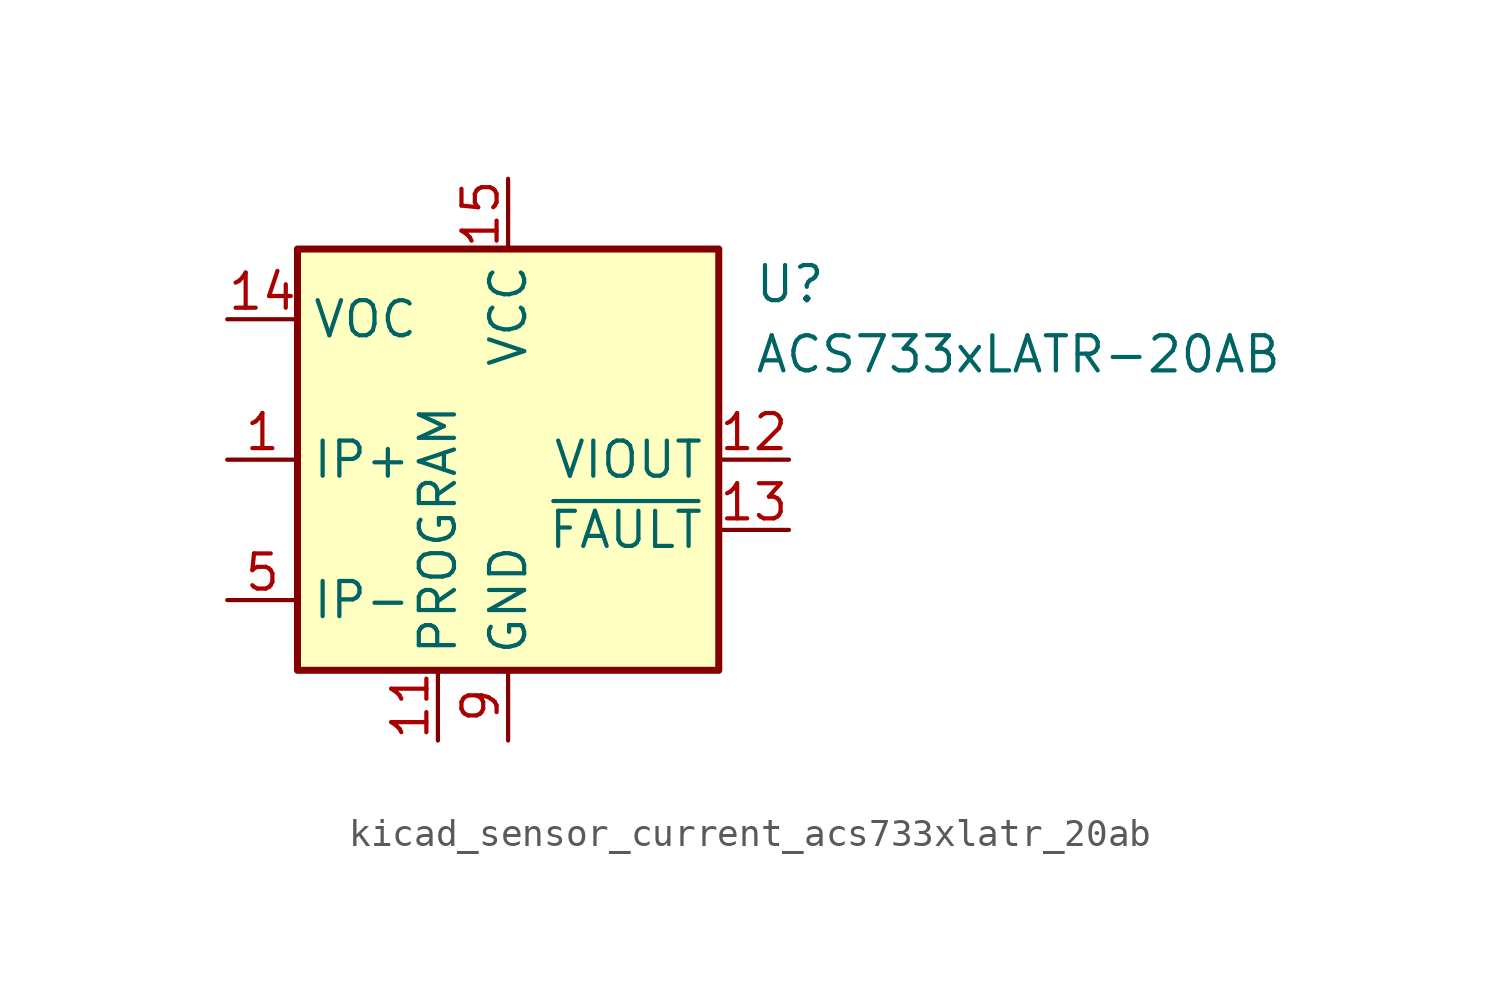
<source format=kicad_sym>
(kicad_symbol_lib
  (version 20220914)
  (generator kicad_symbol_editor)
  (symbol "kicad_sensor_current_acs733xlatr_20ab"
    (property "Reference" "U"
      (at 8.89 6.35 0)
      (effects (font (size 1.27 1.27)) (justify left)))
    (property "Value" "ACS733xLATR-20AB"
      (at 8.89 3.81 0)
      (effects (font (size 1.27 1.27)) (justify left)))
    (symbol "kicad_sensor_current_acs733xlatr_20ab_0_1"
      (rectangle (start -7.62 7.62) (end 7.62 -7.62) (stroke (width 0.254) (type default)) (fill (type background))))
    (symbol "kicad_sensor_current_acs733xlatr_20ab_1_1"
      (pin passive line (at -10.16 0 0) (length 2.54) (name "IP+" (effects (font (size 1.27 1.27)))) (number "1" (effects (font (size 1.27 1.27)))))
      (pin passive line (at 0 -10.16 90) (length 2.54) hide (name "GND" (effects (font (size 1.27 1.27)))) (number "10" (effects (font (size 1.27 1.27)))))
      (pin passive line (at -2.54 -10.16 90) (length 2.54) (name "PROGRAM" (effects (font (size 1.27 1.27)))) (number "11" (effects (font (size 1.27 1.27)))))
      (pin output line (at 10.16 0 180) (length 2.54) (name "VIOUT" (effects (font (size 1.27 1.27)))) (number "12" (effects (font (size 1.27 1.27)))))
      (pin output line (at 10.16 -2.54 180) (length 2.54) (name "~{FAULT}" (effects (font (size 1.27 1.27)))) (number "13" (effects (font (size 1.27 1.27)))))
      (pin input line (at -10.16 5.08 0) (length 2.54) (name "VOC" (effects (font (size 1.27 1.27)))) (number "14" (effects (font (size 1.27 1.27)))))
      (pin power_in line (at 0 10.16 270) (length 2.54) (name "VCC" (effects (font (size 1.27 1.27)))) (number "15" (effects (font (size 1.27 1.27)))))
      (pin passive line (at 0 10.16 270) (length 2.54) hide (name "VCC" (effects (font (size 1.27 1.27)))) (number "16" (effects (font (size 1.27 1.27)))))
      (pin passive line (at -10.16 0 0) (length 2.54) hide (name "IP+" (effects (font (size 1.27 1.27)))) (number "2" (effects (font (size 1.27 1.27)))))
      (pin passive line (at -10.16 0 0) (length 2.54) hide (name "IP+" (effects (font (size 1.27 1.27)))) (number "3" (effects (font (size 1.27 1.27)))))
      (pin passive line (at -10.16 0 0) (length 2.54) hide (name "IP+" (effects (font (size 1.27 1.27)))) (number "4" (effects (font (size 1.27 1.27)))))
      (pin passive line (at -10.16 -5.08 0) (length 2.54) (name "IP-" (effects (font (size 1.27 1.27)))) (number "5" (effects (font (size 1.27 1.27)))))
      (pin passive line (at -10.16 -5.08 0) (length 2.54) hide (name "IP-" (effects (font (size 1.27 1.27)))) (number "6" (effects (font (size 1.27 1.27)))))
      (pin passive line (at -10.16 -5.08 0) (length 2.54) hide (name "IP-" (effects (font (size 1.27 1.27)))) (number "7" (effects (font (size 1.27 1.27)))))
      (pin passive line (at -10.16 -5.08 0) (length 2.54) hide (name "IP-" (effects (font (size 1.27 1.27)))) (number "8" (effects (font (size 1.27 1.27)))))
      (pin power_in line (at 0 -10.16 90) (length 2.54) (name "GND" (effects (font (size 1.27 1.27)))) (number "9" (effects (font (size 1.27 1.27))))))))
</source>
